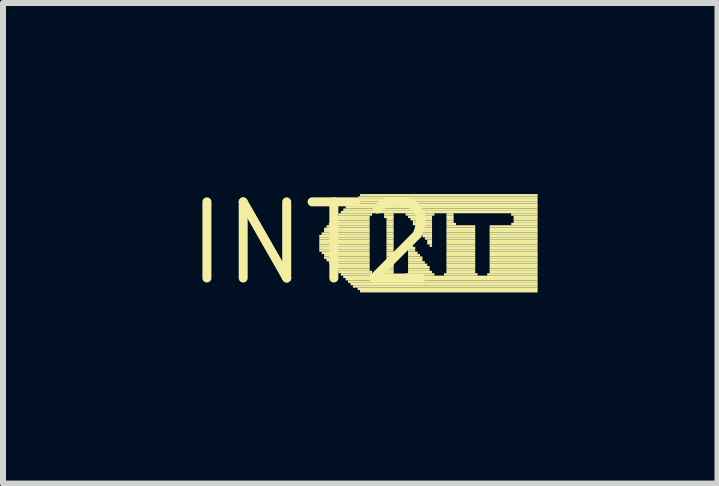
<source format=kicad_pcb>
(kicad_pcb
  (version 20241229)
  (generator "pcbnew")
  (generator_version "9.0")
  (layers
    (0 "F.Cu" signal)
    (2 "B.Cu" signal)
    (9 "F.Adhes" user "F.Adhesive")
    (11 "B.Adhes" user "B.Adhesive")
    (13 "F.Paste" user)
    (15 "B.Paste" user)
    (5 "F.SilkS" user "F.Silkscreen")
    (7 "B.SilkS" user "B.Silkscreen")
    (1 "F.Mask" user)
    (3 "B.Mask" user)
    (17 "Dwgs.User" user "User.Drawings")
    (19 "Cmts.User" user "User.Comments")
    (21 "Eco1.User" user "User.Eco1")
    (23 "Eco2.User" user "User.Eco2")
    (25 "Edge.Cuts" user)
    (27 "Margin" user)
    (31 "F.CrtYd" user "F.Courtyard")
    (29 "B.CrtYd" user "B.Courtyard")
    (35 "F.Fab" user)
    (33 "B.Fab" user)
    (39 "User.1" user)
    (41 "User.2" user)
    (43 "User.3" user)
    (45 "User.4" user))
  (footprint "INT2"
    (layer "F.Cu")
    (at 2.154 1.006)
    (property "Reference" "INT2" (at 0 0 0) (layer "F.SilkS") (effects (font (size 1.27 1.27) (thickness 0.15))))
    (fp_poly (pts (xy 0.12 -0.1) (xy 0.96 -0.1) (xy 0.96 -0.14) (xy 0.12 -0.14)) (stroke (width 0) (type default)) (fill yes) (layer "F.SilkS"))
    (fp_poly (pts (xy 0.12 -0.06) (xy 0.96 -0.06) (xy 0.96 -0.1) (xy 0.12 -0.1)) (stroke (width 0) (type default)) (fill yes) (layer "F.SilkS"))
    (fp_poly (pts (xy 0.12 -0.02) (xy 0.96 -0.02) (xy 0.96 -0.06) (xy 0.12 -0.06)) (stroke (width 0) (type default)) (fill yes) (layer "F.SilkS"))
    (fp_poly (pts (xy 0.12 0.02) (xy 0.96 0.02) (xy 0.96 -0.02) (xy 0.12 -0.02)) (stroke (width 0) (type default)) (fill yes) (layer "F.SilkS"))
    (fp_poly (pts (xy 0.12 0.06) (xy 0.96 0.06) (xy 0.96 0.02) (xy 0.12 0.02)) (stroke (width 0) (type default)) (fill yes) (layer "F.SilkS"))
    (fp_poly (pts (xy 0.12 0.1) (xy 0.96 0.1) (xy 0.96 0.06) (xy 0.12 0.06)) (stroke (width 0) (type default)) (fill yes) (layer "F.SilkS"))
    (fp_poly (pts (xy 0.12 0.14) (xy 0.96 0.14) (xy 0.96 0.1) (xy 0.12 0.1)) (stroke (width 0) (type default)) (fill yes) (layer "F.SilkS"))
    (fp_poly (pts (xy 0.16 -0.14) (xy 0.96 -0.14) (xy 0.96 -0.18) (xy 0.16 -0.18)) (stroke (width 0) (type default)) (fill yes) (layer "F.SilkS"))
    (fp_poly (pts (xy 0.16 0.18) (xy 0.96 0.18) (xy 0.96 0.14) (xy 0.16 0.14)) (stroke (width 0) (type default)) (fill yes) (layer "F.SilkS"))
    (fp_poly (pts (xy 0.2 -0.22) (xy 0.96 -0.22) (xy 0.96 -0.26) (xy 0.2 -0.26)) (stroke (width 0) (type default)) (fill yes) (layer "F.SilkS"))
    (fp_poly (pts (xy 0.2 -0.18) (xy 0.96 -0.18) (xy 0.96 -0.22) (xy 0.2 -0.22)) (stroke (width 0) (type default)) (fill yes) (layer "F.SilkS"))
    (fp_poly (pts (xy 0.2 0.22) (xy 0.96 0.22) (xy 0.96 0.18) (xy 0.2 0.18)) (stroke (width 0) (type default)) (fill yes) (layer "F.SilkS"))
    (fp_poly (pts (xy 0.2 0.26) (xy 0.96 0.26) (xy 0.96 0.22) (xy 0.2 0.22)) (stroke (width 0) (type default)) (fill yes) (layer "F.SilkS"))
    (fp_poly (pts (xy 0.24 -0.26) (xy 0.96 -0.26) (xy 0.96 -0.3) (xy 0.24 -0.3)) (stroke (width 0) (type default)) (fill yes) (layer "F.SilkS"))
    (fp_poly (pts (xy 0.24 0.3) (xy 0.96 0.3) (xy 0.96 0.26) (xy 0.24 0.26)) (stroke (width 0) (type default)) (fill yes) (layer "F.SilkS"))
    (fp_poly (pts (xy 0.28 -0.3) (xy 0.96 -0.3) (xy 0.96 -0.34) (xy 0.28 -0.34)) (stroke (width 0) (type default)) (fill yes) (layer "F.SilkS"))
    (fp_poly (pts (xy 0.28 0.34) (xy 0.96 0.34) (xy 0.96 0.3) (xy 0.28 0.3)) (stroke (width 0) (type default)) (fill yes) (layer "F.SilkS"))
    (fp_poly (pts (xy 0.32 -0.34) (xy 0.96 -0.34) (xy 0.96 -0.38) (xy 0.32 -0.38)) (stroke (width 0) (type default)) (fill yes) (layer "F.SilkS"))
    (fp_poly (pts (xy 0.32 0.38) (xy 0.96 0.38) (xy 0.96 0.34) (xy 0.32 0.34)) (stroke (width 0) (type default)) (fill yes) (layer "F.SilkS"))
    (fp_poly (pts (xy 0.36 -0.38) (xy 0.96 -0.38) (xy 0.96 -0.42) (xy 0.36 -0.42)) (stroke (width 0) (type default)) (fill yes) (layer "F.SilkS"))
    (fp_poly (pts (xy 0.36 0.42) (xy 0.96 0.42) (xy 0.96 0.38) (xy 0.36 0.38)) (stroke (width 0) (type default)) (fill yes) (layer "F.SilkS"))
    (fp_poly (pts (xy 0.4 -0.42) (xy 0.96 -0.42) (xy 0.96 -0.46) (xy 0.4 -0.46)) (stroke (width 0) (type default)) (fill yes) (layer "F.SilkS"))
    (fp_poly (pts (xy 0.4 0.46) (xy 0.96 0.46) (xy 0.96 0.42) (xy 0.4 0.42)) (stroke (width 0) (type default)) (fill yes) (layer "F.SilkS"))
    (fp_poly (pts (xy 0.44 -0.46) (xy 1 -0.46) (xy 1 -0.5) (xy 0.44 -0.5)) (stroke (width 0) (type default)) (fill yes) (layer "F.SilkS"))
    (fp_poly (pts (xy 0.44 0.5) (xy 1 0.5) (xy 1 0.46) (xy 0.44 0.46)) (stroke (width 0) (type default)) (fill yes) (layer "F.SilkS"))
    (fp_poly (pts (xy 0.48 -0.5) (xy 3.76 -0.5) (xy 3.76 -0.54) (xy 0.48 -0.54)) (stroke (width 0) (type default)) (fill yes) (layer "F.SilkS"))
    (fp_poly (pts (xy 0.48 0.54) (xy 1 0.54) (xy 1 0.5) (xy 0.48 0.5)) (stroke (width 0) (type default)) (fill yes) (layer "F.SilkS"))
    (fp_poly (pts (xy 0.52 -0.54) (xy 3.76 -0.54) (xy 3.76 -0.58) (xy 0.52 -0.58)) (stroke (width 0) (type default)) (fill yes) (layer "F.SilkS"))
    (fp_poly (pts (xy 0.52 0.58) (xy 3.76 0.58) (xy 3.76 0.54) (xy 0.52 0.54)) (stroke (width 0) (type default)) (fill yes) (layer "F.SilkS"))
    (fp_poly (pts (xy 0.56 -0.58) (xy 3.76 -0.58) (xy 3.76 -0.62) (xy 0.56 -0.62)) (stroke (width 0) (type default)) (fill yes) (layer "F.SilkS"))
    (fp_poly (pts (xy 0.56 0.62) (xy 3.76 0.62) (xy 3.76 0.58) (xy 0.56 0.58)) (stroke (width 0) (type default)) (fill yes) (layer "F.SilkS"))
    (fp_poly (pts (xy 0.6 -0.62) (xy 3.76 -0.62) (xy 3.76 -0.66) (xy 0.6 -0.66)) (stroke (width 0) (type default)) (fill yes) (layer "F.SilkS"))
    (fp_poly (pts (xy 0.6 0.66) (xy 3.76 0.66) (xy 3.76 0.62) (xy 0.6 0.62)) (stroke (width 0) (type default)) (fill yes) (layer "F.SilkS"))
    (fp_poly (pts (xy 0.64 -0.66) (xy 3.76 -0.66) (xy 3.76 -0.7) (xy 0.64 -0.7)) (stroke (width 0) (type default)) (fill yes) (layer "F.SilkS"))
    (fp_poly (pts (xy 0.64 0.7) (xy 3.76 0.7) (xy 3.76 0.66) (xy 0.64 0.66)) (stroke (width 0) (type default)) (fill yes) (layer "F.SilkS"))
    (fp_poly (pts (xy 0.68 -0.7) (xy 3.76 -0.7) (xy 3.76 -0.74) (xy 0.68 -0.74)) (stroke (width 0) (type default)) (fill yes) (layer "F.SilkS"))
    (fp_poly (pts (xy 0.68 0.74) (xy 3.76 0.74) (xy 3.76 0.7) (xy 0.68 0.7)) (stroke (width 0) (type default)) (fill yes) (layer "F.SilkS"))
    (fp_poly (pts (xy 0.76 -0.74) (xy 3.76 -0.74) (xy 3.76 -0.78) (xy 0.76 -0.78)) (stroke (width 0) (type default)) (fill yes) (layer "F.SilkS"))
    (fp_poly (pts (xy 0.76 0.78) (xy 3.76 0.78) (xy 3.76 0.74) (xy 0.76 0.74)) (stroke (width 0) (type default)) (fill yes) (layer "F.SilkS"))
    (fp_poly (pts (xy 0.8 -0.78) (xy 3.76 -0.78) (xy 3.76 -0.82) (xy 0.8 -0.82)) (stroke (width 0) (type default)) (fill yes) (layer "F.SilkS"))
    (fp_poly (pts (xy 0.8 0.82) (xy 3.76 0.82) (xy 3.76 0.78) (xy 0.8 0.78)) (stroke (width 0) (type default)) (fill yes) (layer "F.SilkS"))
    (fp_poly (pts (xy 1.2 -0.46) (xy 1.36 -0.46) (xy 1.36 -0.5) (xy 1.2 -0.5)) (stroke (width 0) (type default)) (fill yes) (layer "F.SilkS"))
    (fp_poly (pts (xy 1.2 -0.42) (xy 1.36 -0.42) (xy 1.36 -0.46) (xy 1.2 -0.46)) (stroke (width 0) (type default)) (fill yes) (layer "F.SilkS"))
    (fp_poly (pts (xy 1.2 0.5) (xy 1.36 0.5) (xy 1.36 0.46) (xy 1.2 0.46)) (stroke (width 0) (type default)) (fill yes) (layer "F.SilkS"))
    (fp_poly (pts (xy 1.2 0.54) (xy 1.36 0.54) (xy 1.36 0.5) (xy 1.2 0.5)) (stroke (width 0) (type default)) (fill yes) (layer "F.SilkS"))
    (fp_poly (pts (xy 1.24 -0.38) (xy 1.36 -0.38) (xy 1.36 -0.42) (xy 1.24 -0.42)) (stroke (width 0) (type default)) (fill yes) (layer "F.SilkS"))
    (fp_poly (pts (xy 1.24 -0.34) (xy 1.36 -0.34) (xy 1.36 -0.38) (xy 1.24 -0.38)) (stroke (width 0) (type default)) (fill yes) (layer "F.SilkS"))
    (fp_poly (pts (xy 1.24 -0.3) (xy 1.36 -0.3) (xy 1.36 -0.34) (xy 1.24 -0.34)) (stroke (width 0) (type default)) (fill yes) (layer "F.SilkS"))
    (fp_poly (pts (xy 1.24 -0.26) (xy 1.36 -0.26) (xy 1.36 -0.3) (xy 1.24 -0.3)) (stroke (width 0) (type default)) (fill yes) (layer "F.SilkS"))
    (fp_poly (pts (xy 1.24 -0.22) (xy 1.36 -0.22) (xy 1.36 -0.26) (xy 1.24 -0.26)) (stroke (width 0) (type default)) (fill yes) (layer "F.SilkS"))
    (fp_poly (pts (xy 1.24 -0.18) (xy 1.36 -0.18) (xy 1.36 -0.22) (xy 1.24 -0.22)) (stroke (width 0) (type default)) (fill yes) (layer "F.SilkS"))
    (fp_poly (pts (xy 1.24 -0.14) (xy 1.36 -0.14) (xy 1.36 -0.18) (xy 1.24 -0.18)) (stroke (width 0) (type default)) (fill yes) (layer "F.SilkS"))
    (fp_poly (pts (xy 1.24 -0.1) (xy 1.36 -0.1) (xy 1.36 -0.14) (xy 1.24 -0.14)) (stroke (width 0) (type default)) (fill yes) (layer "F.SilkS"))
    (fp_poly (pts (xy 1.24 -0.06) (xy 1.36 -0.06) (xy 1.36 -0.1) (xy 1.24 -0.1)) (stroke (width 0) (type default)) (fill yes) (layer "F.SilkS"))
    (fp_poly (pts (xy 1.24 -0.02) (xy 1.36 -0.02) (xy 1.36 -0.06) (xy 1.24 -0.06)) (stroke (width 0) (type default)) (fill yes) (layer "F.SilkS"))
    (fp_poly (pts (xy 1.24 0.02) (xy 1.36 0.02) (xy 1.36 -0.02) (xy 1.24 -0.02)) (stroke (width 0) (type default)) (fill yes) (layer "F.SilkS"))
    (fp_poly (pts (xy 1.24 0.06) (xy 1.36 0.06) (xy 1.36 0.02) (xy 1.24 0.02)) (stroke (width 0) (type default)) (fill yes) (layer "F.SilkS"))
    (fp_poly (pts (xy 1.24 0.1) (xy 1.36 0.1) (xy 1.36 0.06) (xy 1.24 0.06)) (stroke (width 0) (type default)) (fill yes) (layer "F.SilkS"))
    (fp_poly (pts (xy 1.24 0.14) (xy 1.36 0.14) (xy 1.36 0.1) (xy 1.24 0.1)) (stroke (width 0) (type default)) (fill yes) (layer "F.SilkS"))
    (fp_poly (pts (xy 1.24 0.18) (xy 1.36 0.18) (xy 1.36 0.14) (xy 1.24 0.14)) (stroke (width 0) (type default)) (fill yes) (layer "F.SilkS"))
    (fp_poly (pts (xy 1.24 0.22) (xy 1.36 0.22) (xy 1.36 0.18) (xy 1.24 0.18)) (stroke (width 0) (type default)) (fill yes) (layer "F.SilkS"))
    (fp_poly (pts (xy 1.24 0.26) (xy 1.36 0.26) (xy 1.36 0.22) (xy 1.24 0.22)) (stroke (width 0) (type default)) (fill yes) (layer "F.SilkS"))
    (fp_poly (pts (xy 1.24 0.3) (xy 1.36 0.3) (xy 1.36 0.26) (xy 1.24 0.26)) (stroke (width 0) (type default)) (fill yes) (layer "F.SilkS"))
    (fp_poly (pts (xy 1.24 0.34) (xy 1.36 0.34) (xy 1.36 0.3) (xy 1.24 0.3)) (stroke (width 0) (type default)) (fill yes) (layer "F.SilkS"))
    (fp_poly (pts (xy 1.24 0.38) (xy 1.36 0.38) (xy 1.36 0.34) (xy 1.24 0.34)) (stroke (width 0) (type default)) (fill yes) (layer "F.SilkS"))
    (fp_poly (pts (xy 1.24 0.42) (xy 1.36 0.42) (xy 1.36 0.38) (xy 1.24 0.38)) (stroke (width 0) (type default)) (fill yes) (layer "F.SilkS"))
    (fp_poly (pts (xy 1.24 0.46) (xy 1.36 0.46) (xy 1.36 0.42) (xy 1.24 0.42)) (stroke (width 0) (type default)) (fill yes) (layer "F.SilkS"))
    (fp_poly (pts (xy 1.56 -0.46) (xy 2.04 -0.46) (xy 2.04 -0.5) (xy 1.56 -0.5)) (stroke (width 0) (type default)) (fill yes) (layer "F.SilkS"))
    (fp_poly (pts (xy 1.56 0.54) (xy 2.04 0.54) (xy 2.04 0.5) (xy 1.56 0.5)) (stroke (width 0) (type default)) (fill yes) (layer "F.SilkS"))
    (fp_poly (pts (xy 1.6 -0.42) (xy 2 -0.42) (xy 2 -0.46) (xy 1.6 -0.46)) (stroke (width 0) (type default)) (fill yes) (layer "F.SilkS"))
    (fp_poly (pts (xy 1.6 0.02) (xy 1.64 0.02) (xy 1.64 -0.02) (xy 1.6 -0.02)) (stroke (width 0) (type default)) (fill yes) (layer "F.SilkS"))
    (fp_poly (pts (xy 1.6 0.06) (xy 1.68 0.06) (xy 1.68 0.02) (xy 1.6 0.02)) (stroke (width 0) (type default)) (fill yes) (layer "F.SilkS"))
    (fp_poly (pts (xy 1.6 0.1) (xy 1.72 0.1) (xy 1.72 0.06) (xy 1.6 0.06)) (stroke (width 0) (type default)) (fill yes) (layer "F.SilkS"))
    (fp_poly (pts (xy 1.6 0.14) (xy 1.72 0.14) (xy 1.72 0.1) (xy 1.6 0.1)) (stroke (width 0) (type default)) (fill yes) (layer "F.SilkS"))
    (fp_poly (pts (xy 1.6 0.18) (xy 1.76 0.18) (xy 1.76 0.14) (xy 1.6 0.14)) (stroke (width 0) (type default)) (fill yes) (layer "F.SilkS"))
    (fp_poly (pts (xy 1.6 0.22) (xy 1.8 0.22) (xy 1.8 0.18) (xy 1.6 0.18)) (stroke (width 0) (type default)) (fill yes) (layer "F.SilkS"))
    (fp_poly (pts (xy 1.6 0.26) (xy 1.84 0.26) (xy 1.84 0.22) (xy 1.6 0.22)) (stroke (width 0) (type default)) (fill yes) (layer "F.SilkS"))
    (fp_poly (pts (xy 1.6 0.3) (xy 1.84 0.3) (xy 1.84 0.26) (xy 1.6 0.26)) (stroke (width 0) (type default)) (fill yes) (layer "F.SilkS"))
    (fp_poly (pts (xy 1.6 0.34) (xy 1.88 0.34) (xy 1.88 0.3) (xy 1.6 0.3)) (stroke (width 0) (type default)) (fill yes) (layer "F.SilkS"))
    (fp_poly (pts (xy 1.6 0.38) (xy 1.92 0.38) (xy 1.92 0.34) (xy 1.6 0.34)) (stroke (width 0) (type default)) (fill yes) (layer "F.SilkS"))
    (fp_poly (pts (xy 1.6 0.42) (xy 1.96 0.42) (xy 1.96 0.38) (xy 1.6 0.38)) (stroke (width 0) (type default)) (fill yes) (layer "F.SilkS"))
    (fp_poly (pts (xy 1.6 0.46) (xy 1.96 0.46) (xy 1.96 0.42) (xy 1.6 0.42)) (stroke (width 0) (type default)) (fill yes) (layer "F.SilkS"))
    (fp_poly (pts (xy 1.6 0.5) (xy 2 0.5) (xy 2 0.46) (xy 1.6 0.46)) (stroke (width 0) (type default)) (fill yes) (layer "F.SilkS"))
    (fp_poly (pts (xy 1.64 -0.38) (xy 2 -0.38) (xy 2 -0.42) (xy 1.64 -0.42)) (stroke (width 0) (type default)) (fill yes) (layer "F.SilkS"))
    (fp_poly (pts (xy 1.68 -0.34) (xy 2 -0.34) (xy 2 -0.38) (xy 1.68 -0.38)) (stroke (width 0) (type default)) (fill yes) (layer "F.SilkS"))
    (fp_poly (pts (xy 1.68 -0.3) (xy 2 -0.3) (xy 2 -0.34) (xy 1.68 -0.34)) (stroke (width 0) (type default)) (fill yes) (layer "F.SilkS"))
    (fp_poly (pts (xy 1.72 -0.26) (xy 2 -0.26) (xy 2 -0.3) (xy 1.72 -0.3)) (stroke (width 0) (type default)) (fill yes) (layer "F.SilkS"))
    (fp_poly (pts (xy 1.76 -0.22) (xy 2 -0.22) (xy 2 -0.26) (xy 1.76 -0.26)) (stroke (width 0) (type default)) (fill yes) (layer "F.SilkS"))
    (fp_poly (pts (xy 1.8 -0.18) (xy 2 -0.18) (xy 2 -0.22) (xy 1.8 -0.22)) (stroke (width 0) (type default)) (fill yes) (layer "F.SilkS"))
    (fp_poly (pts (xy 1.8 -0.14) (xy 2 -0.14) (xy 2 -0.18) (xy 1.8 -0.18)) (stroke (width 0) (type default)) (fill yes) (layer "F.SilkS"))
    (fp_poly (pts (xy 1.84 -0.1) (xy 2 -0.1) (xy 2 -0.14) (xy 1.84 -0.14)) (stroke (width 0) (type default)) (fill yes) (layer "F.SilkS"))
    (fp_poly (pts (xy 1.88 -0.06) (xy 2 -0.06) (xy 2 -0.1) (xy 1.88 -0.1)) (stroke (width 0) (type default)) (fill yes) (layer "F.SilkS"))
    (fp_poly (pts (xy 1.92 -0.02) (xy 2 -0.02) (xy 2 -0.06) (xy 1.92 -0.06)) (stroke (width 0) (type default)) (fill yes) (layer "F.SilkS"))
    (fp_poly (pts (xy 1.92 0.02) (xy 2 0.02) (xy 2 -0.02) (xy 1.92 -0.02)) (stroke (width 0) (type default)) (fill yes) (layer "F.SilkS"))
    (fp_poly (pts (xy 1.96 0.06) (xy 2 0.06) (xy 2 0.02) (xy 1.96 0.02)) (stroke (width 0) (type default)) (fill yes) (layer "F.SilkS"))
    (fp_poly (pts (xy 2.2 0.54) (xy 2.76 0.54) (xy 2.76 0.5) (xy 2.2 0.5)) (stroke (width 0) (type default)) (fill yes) (layer "F.SilkS"))
    (fp_poly (pts (xy 2.24 -0.46) (xy 2.36 -0.46) (xy 2.36 -0.5) (xy 2.24 -0.5)) (stroke (width 0) (type default)) (fill yes) (layer "F.SilkS"))
    (fp_poly (pts (xy 2.24 -0.42) (xy 2.36 -0.42) (xy 2.36 -0.46) (xy 2.24 -0.46)) (stroke (width 0) (type default)) (fill yes) (layer "F.SilkS"))
    (fp_poly (pts (xy 2.24 -0.38) (xy 2.36 -0.38) (xy 2.36 -0.42) (xy 2.24 -0.42)) (stroke (width 0) (type default)) (fill yes) (layer "F.SilkS"))
    (fp_poly (pts (xy 2.24 -0.34) (xy 2.36 -0.34) (xy 2.36 -0.38) (xy 2.24 -0.38)) (stroke (width 0) (type default)) (fill yes) (layer "F.SilkS"))
    (fp_poly (pts (xy 2.24 -0.3) (xy 2.4 -0.3) (xy 2.4 -0.34) (xy 2.24 -0.34)) (stroke (width 0) (type default)) (fill yes) (layer "F.SilkS"))
    (fp_poly (pts (xy 2.24 -0.26) (xy 2.72 -0.26) (xy 2.72 -0.3) (xy 2.24 -0.3)) (stroke (width 0) (type default)) (fill yes) (layer "F.SilkS"))
    (fp_poly (pts (xy 2.24 -0.22) (xy 2.72 -0.22) (xy 2.72 -0.26) (xy 2.24 -0.26)) (stroke (width 0) (type default)) (fill yes) (layer "F.SilkS"))
    (fp_poly (pts (xy 2.24 -0.18) (xy 2.72 -0.18) (xy 2.72 -0.22) (xy 2.24 -0.22)) (stroke (width 0) (type default)) (fill yes) (layer "F.SilkS"))
    (fp_poly (pts (xy 2.24 -0.14) (xy 2.72 -0.14) (xy 2.72 -0.18) (xy 2.24 -0.18)) (stroke (width 0) (type default)) (fill yes) (layer "F.SilkS"))
    (fp_poly (pts (xy 2.24 -0.1) (xy 2.72 -0.1) (xy 2.72 -0.14) (xy 2.24 -0.14)) (stroke (width 0) (type default)) (fill yes) (layer "F.SilkS"))
    (fp_poly (pts (xy 2.24 -0.06) (xy 2.72 -0.06) (xy 2.72 -0.1) (xy 2.24 -0.1)) (stroke (width 0) (type default)) (fill yes) (layer "F.SilkS"))
    (fp_poly (pts (xy 2.24 -0.02) (xy 2.72 -0.02) (xy 2.72 -0.06) (xy 2.24 -0.06)) (stroke (width 0) (type default)) (fill yes) (layer "F.SilkS"))
    (fp_poly (pts (xy 2.24 0.02) (xy 2.72 0.02) (xy 2.72 -0.02) (xy 2.24 -0.02)) (stroke (width 0) (type default)) (fill yes) (layer "F.SilkS"))
    (fp_poly (pts (xy 2.24 0.06) (xy 2.72 0.06) (xy 2.72 0.02) (xy 2.24 0.02)) (stroke (width 0) (type default)) (fill yes) (layer "F.SilkS"))
    (fp_poly (pts (xy 2.24 0.1) (xy 2.72 0.1) (xy 2.72 0.06) (xy 2.24 0.06)) (stroke (width 0) (type default)) (fill yes) (layer "F.SilkS"))
    (fp_poly (pts (xy 2.24 0.14) (xy 2.72 0.14) (xy 2.72 0.1) (xy 2.24 0.1)) (stroke (width 0) (type default)) (fill yes) (layer "F.SilkS"))
    (fp_poly (pts (xy 2.24 0.18) (xy 2.72 0.18) (xy 2.72 0.14) (xy 2.24 0.14)) (stroke (width 0) (type default)) (fill yes) (layer "F.SilkS"))
    (fp_poly (pts (xy 2.24 0.22) (xy 2.72 0.22) (xy 2.72 0.18) (xy 2.24 0.18)) (stroke (width 0) (type default)) (fill yes) (layer "F.SilkS"))
    (fp_poly (pts (xy 2.24 0.26) (xy 2.72 0.26) (xy 2.72 0.22) (xy 2.24 0.22)) (stroke (width 0) (type default)) (fill yes) (layer "F.SilkS"))
    (fp_poly (pts (xy 2.24 0.3) (xy 2.72 0.3) (xy 2.72 0.26) (xy 2.24 0.26)) (stroke (width 0) (type default)) (fill yes) (layer "F.SilkS"))
    (fp_poly (pts (xy 2.24 0.34) (xy 2.72 0.34) (xy 2.72 0.3) (xy 2.24 0.3)) (stroke (width 0) (type default)) (fill yes) (layer "F.SilkS"))
    (fp_poly (pts (xy 2.24 0.38) (xy 2.72 0.38) (xy 2.72 0.34) (xy 2.24 0.34)) (stroke (width 0) (type default)) (fill yes) (layer "F.SilkS"))
    (fp_poly (pts (xy 2.24 0.42) (xy 2.72 0.42) (xy 2.72 0.38) (xy 2.24 0.38)) (stroke (width 0) (type default)) (fill yes) (layer "F.SilkS"))
    (fp_poly (pts (xy 2.24 0.46) (xy 2.72 0.46) (xy 2.72 0.42) (xy 2.24 0.42)) (stroke (width 0) (type default)) (fill yes) (layer "F.SilkS"))
    (fp_poly (pts (xy 2.24 0.5) (xy 2.72 0.5) (xy 2.72 0.46) (xy 2.24 0.46)) (stroke (width 0) (type default)) (fill yes) (layer "F.SilkS"))
    (fp_poly (pts (xy 2.92 0.54) (xy 3.76 0.54) (xy 3.76 0.5) (xy 2.92 0.5)) (stroke (width 0) (type default)) (fill yes) (layer "F.SilkS"))
    (fp_poly (pts (xy 2.96 -0.26) (xy 3.76 -0.26) (xy 3.76 -0.3) (xy 2.96 -0.3)) (stroke (width 0) (type default)) (fill yes) (layer "F.SilkS"))
    (fp_poly (pts (xy 2.96 -0.22) (xy 3.76 -0.22) (xy 3.76 -0.26) (xy 2.96 -0.26)) (stroke (width 0) (type default)) (fill yes) (layer "F.SilkS"))
    (fp_poly (pts (xy 2.96 -0.18) (xy 3.76 -0.18) (xy 3.76 -0.22) (xy 2.96 -0.22)) (stroke (width 0) (type default)) (fill yes) (layer "F.SilkS"))
    (fp_poly (pts (xy 2.96 -0.14) (xy 3.76 -0.14) (xy 3.76 -0.18) (xy 2.96 -0.18)) (stroke (width 0) (type default)) (fill yes) (layer "F.SilkS"))
    (fp_poly (pts (xy 2.96 -0.1) (xy 3.76 -0.1) (xy 3.76 -0.14) (xy 2.96 -0.14)) (stroke (width 0) (type default)) (fill yes) (layer "F.SilkS"))
    (fp_poly (pts (xy 2.96 -0.06) (xy 3.76 -0.06) (xy 3.76 -0.1) (xy 2.96 -0.1)) (stroke (width 0) (type default)) (fill yes) (layer "F.SilkS"))
    (fp_poly (pts (xy 2.96 -0.02) (xy 3.76 -0.02) (xy 3.76 -0.06) (xy 2.96 -0.06)) (stroke (width 0) (type default)) (fill yes) (layer "F.SilkS"))
    (fp_poly (pts (xy 2.96 0.02) (xy 3.76 0.02) (xy 3.76 -0.02) (xy 2.96 -0.02)) (stroke (width 0) (type default)) (fill yes) (layer "F.SilkS"))
    (fp_poly (pts (xy 2.96 0.06) (xy 3.76 0.06) (xy 3.76 0.02) (xy 2.96 0.02)) (stroke (width 0) (type default)) (fill yes) (layer "F.SilkS"))
    (fp_poly (pts (xy 2.96 0.1) (xy 3.76 0.1) (xy 3.76 0.06) (xy 2.96 0.06)) (stroke (width 0) (type default)) (fill yes) (layer "F.SilkS"))
    (fp_poly (pts (xy 2.96 0.14) (xy 3.76 0.14) (xy 3.76 0.1) (xy 2.96 0.1)) (stroke (width 0) (type default)) (fill yes) (layer "F.SilkS"))
    (fp_poly (pts (xy 2.96 0.18) (xy 3.76 0.18) (xy 3.76 0.14) (xy 2.96 0.14)) (stroke (width 0) (type default)) (fill yes) (layer "F.SilkS"))
    (fp_poly (pts (xy 2.96 0.22) (xy 3.76 0.22) (xy 3.76 0.18) (xy 2.96 0.18)) (stroke (width 0) (type default)) (fill yes) (layer "F.SilkS"))
    (fp_poly (pts (xy 2.96 0.26) (xy 3.76 0.26) (xy 3.76 0.22) (xy 2.96 0.22)) (stroke (width 0) (type default)) (fill yes) (layer "F.SilkS"))
    (fp_poly (pts (xy 2.96 0.3) (xy 3.76 0.3) (xy 3.76 0.26) (xy 2.96 0.26)) (stroke (width 0) (type default)) (fill yes) (layer "F.SilkS"))
    (fp_poly (pts (xy 2.96 0.34) (xy 3.76 0.34) (xy 3.76 0.3) (xy 2.96 0.3)) (stroke (width 0) (type default)) (fill yes) (layer "F.SilkS"))
    (fp_poly (pts (xy 2.96 0.38) (xy 3.76 0.38) (xy 3.76 0.34) (xy 2.96 0.34)) (stroke (width 0) (type default)) (fill yes) (layer "F.SilkS"))
    (fp_poly (pts (xy 2.96 0.42) (xy 3.76 0.42) (xy 3.76 0.38) (xy 2.96 0.38)) (stroke (width 0) (type default)) (fill yes) (layer "F.SilkS"))
    (fp_poly (pts (xy 2.96 0.46) (xy 3.76 0.46) (xy 3.76 0.42) (xy 2.96 0.42)) (stroke (width 0) (type default)) (fill yes) (layer "F.SilkS"))
    (fp_poly (pts (xy 2.96 0.5) (xy 3.76 0.5) (xy 3.76 0.46) (xy 2.96 0.46)) (stroke (width 0) (type default)) (fill yes) (layer "F.SilkS"))
    (fp_poly (pts (xy 3.32 -0.46) (xy 3.76 -0.46) (xy 3.76 -0.5) (xy 3.32 -0.5)) (stroke (width 0) (type default)) (fill yes) (layer "F.SilkS"))
    (fp_poly (pts (xy 3.32 -0.3) (xy 3.76 -0.3) (xy 3.76 -0.34) (xy 3.32 -0.34)) (stroke (width 0) (type default)) (fill yes) (layer "F.SilkS"))
    (fp_poly (pts (xy 3.36 -0.42) (xy 3.76 -0.42) (xy 3.76 -0.46) (xy 3.36 -0.46)) (stroke (width 0) (type default)) (fill yes) (layer "F.SilkS"))
    (fp_poly (pts (xy 3.36 -0.38) (xy 3.76 -0.38) (xy 3.76 -0.42) (xy 3.36 -0.42)) (stroke (width 0) (type default)) (fill yes) (layer "F.SilkS"))
    (fp_poly (pts (xy 3.36 -0.34) (xy 3.76 -0.34) (xy 3.76 -0.38) (xy 3.36 -0.38)) (stroke (width 0) (type default)) (fill yes) (layer "F.SilkS")))
  (gr_rect
    (start -3 -3)
    (end 8.914 5.012)
    (stroke (width 0.1) (type default))
    (fill no)
    (layer "Edge.Cuts")))
</source>
